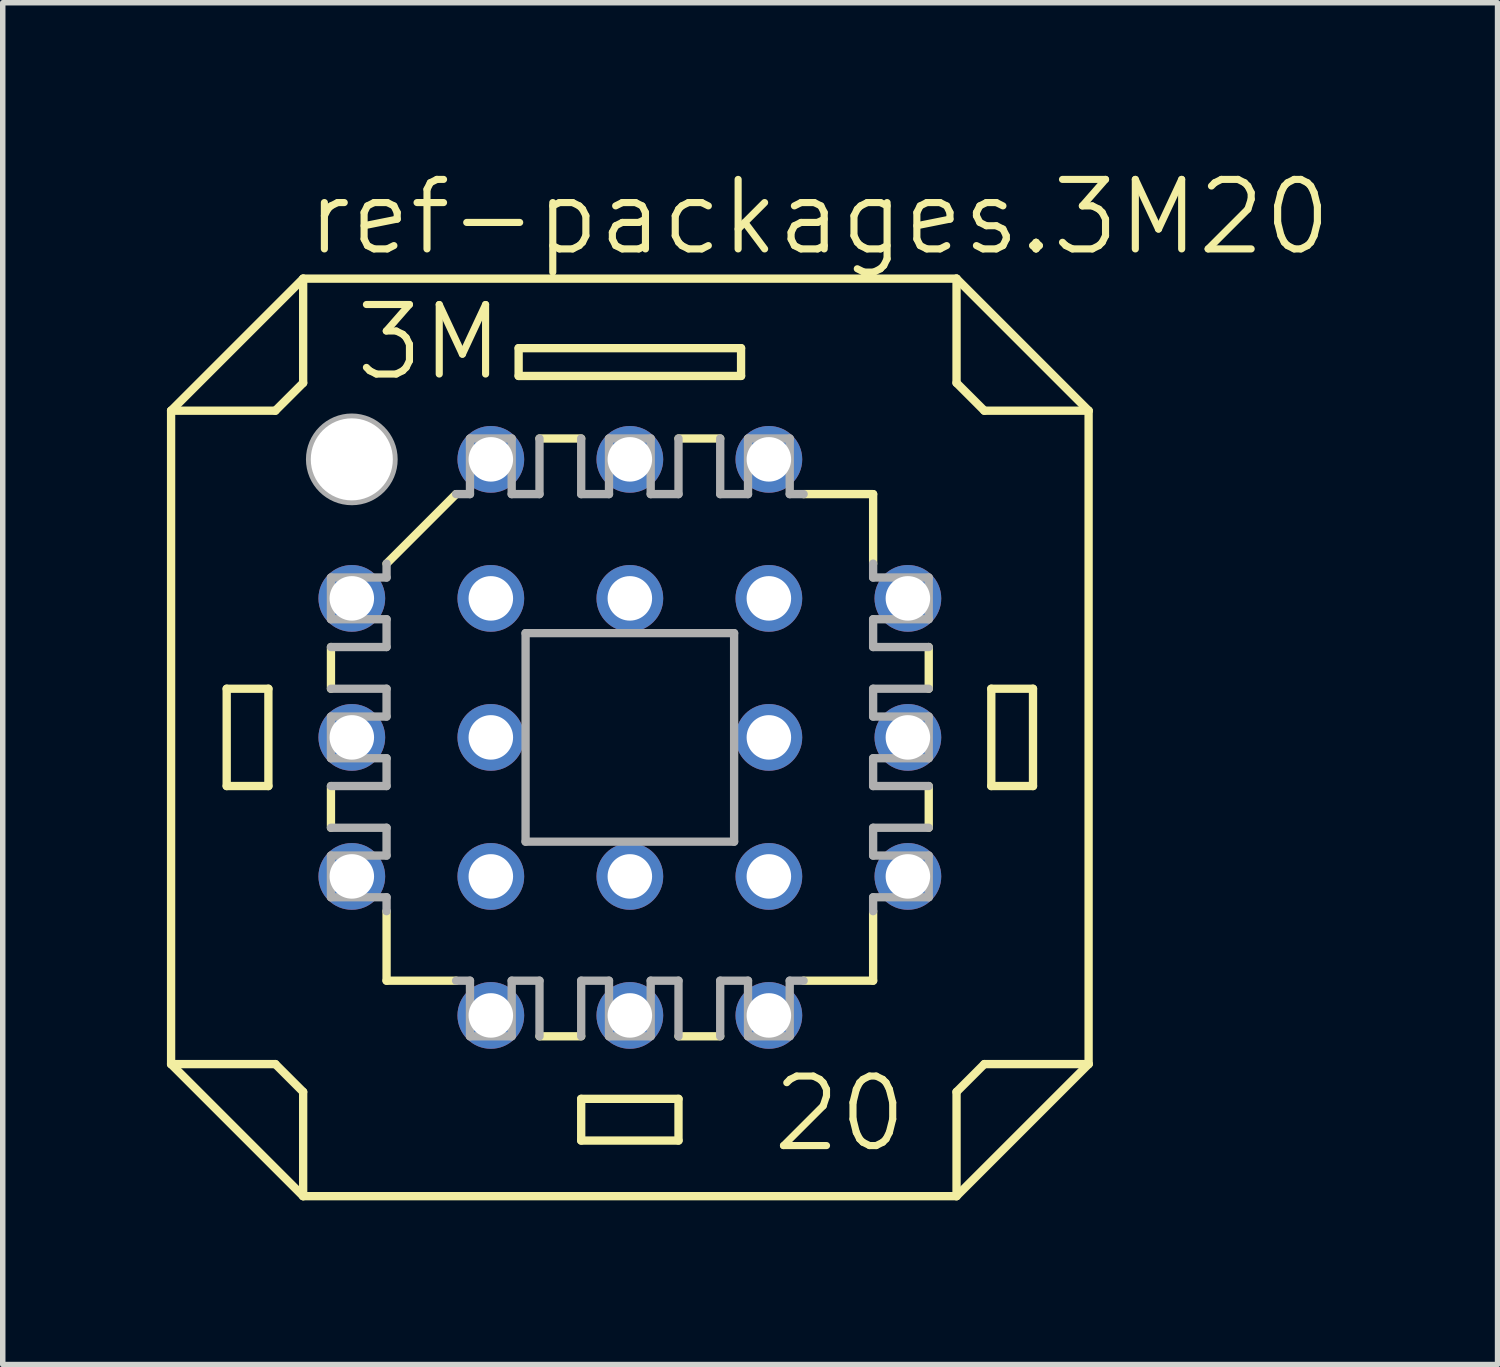
<source format=kicad_pcb>
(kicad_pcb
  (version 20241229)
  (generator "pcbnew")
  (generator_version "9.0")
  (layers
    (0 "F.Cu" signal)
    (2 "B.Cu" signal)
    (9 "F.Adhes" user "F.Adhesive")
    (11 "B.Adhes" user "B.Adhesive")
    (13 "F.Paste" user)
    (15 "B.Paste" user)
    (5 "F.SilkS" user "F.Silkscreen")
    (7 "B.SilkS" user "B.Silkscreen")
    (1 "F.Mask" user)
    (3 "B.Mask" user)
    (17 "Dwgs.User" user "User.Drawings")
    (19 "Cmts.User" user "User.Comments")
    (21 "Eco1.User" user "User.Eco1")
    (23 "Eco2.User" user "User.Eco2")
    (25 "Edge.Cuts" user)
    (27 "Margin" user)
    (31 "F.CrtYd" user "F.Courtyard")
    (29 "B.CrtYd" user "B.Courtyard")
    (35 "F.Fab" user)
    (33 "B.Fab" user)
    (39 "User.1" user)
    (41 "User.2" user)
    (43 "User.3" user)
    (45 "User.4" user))
  (footprint "ref-packages.3M20"
    (layer "F.Cu")
    (at 8.458 10.423)
    (property "Reference" "ref-packages.3M20" (at -5.969 -8.763 0) (layer "F.SilkS") (effects (font (size 1.27 1.27) (thickness 0.13)) (justify left bottom)))
    (attr through_hole)
    (fp_line (start -8.382 -5.969) (end -8.382 5.969) (stroke (width 0.152) (type default)) (layer "F.SilkS"))
    (fp_line (start -8.382 -5.969) (end -5.969 -8.382) (stroke (width 0.152) (type default)) (layer "F.SilkS"))
    (fp_line (start -8.382 5.969) (end -6.477 5.969) (stroke (width 0.152) (type default)) (layer "F.SilkS"))
    (fp_line (start -7.366 -0.889) (end -6.604 -0.889) (stroke (width 0.152) (type default)) (layer "F.SilkS"))
    (fp_line (start -7.366 0.889) (end -7.366 -0.889) (stroke (width 0.152) (type default)) (layer "F.SilkS"))
    (fp_line (start -7.366 0.889) (end -6.604 0.889) (stroke (width 0.152) (type default)) (layer "F.SilkS"))
    (fp_line (start -6.604 0.889) (end -6.604 -0.889) (stroke (width 0.152) (type default)) (layer "F.SilkS"))
    (fp_line (start -6.477 -5.969) (end -8.382 -5.969) (stroke (width 0.152) (type default)) (layer "F.SilkS"))
    (fp_line (start -6.477 -5.969) (end -5.969 -6.477) (stroke (width 0.152) (type default)) (layer "F.SilkS"))
    (fp_line (start -5.969 -8.382) (end -5.969 -6.477) (stroke (width 0.152) (type default)) (layer "F.SilkS"))
    (fp_line (start -5.969 6.477) (end -6.477 5.969) (stroke (width 0.152) (type default)) (layer "F.SilkS"))
    (fp_line (start -5.969 6.477) (end -5.969 8.382) (stroke (width 0.152) (type default)) (layer "F.SilkS"))
    (fp_line (start -5.969 8.382) (end -8.382 5.969) (stroke (width 0.152) (type default)) (layer "F.SilkS"))
    (fp_line (start -5.461 -0.889) (end -5.461 -1.651) (stroke (width 0.152) (type default)) (layer "F.SilkS"))
    (fp_line (start -5.461 1.651) (end -5.461 0.889) (stroke (width 0.152) (type default)) (layer "F.SilkS"))
    (fp_line (start -4.445 -3.175) (end -3.175 -4.445) (stroke (width 0.152) (type default)) (layer "F.SilkS"))
    (fp_line (start -4.445 4.445) (end -4.445 3.175) (stroke (width 0.152) (type default)) (layer "F.SilkS"))
    (fp_line (start -4.445 4.445) (end -3.175 4.445) (stroke (width 0.152) (type default)) (layer "F.SilkS"))
    (fp_line (start -2.032 -7.112) (end -2.032 -6.604) (stroke (width 0.152) (type default)) (layer "F.SilkS"))
    (fp_line (start -1.651 5.461) (end -0.889 5.461) (stroke (width 0.152) (type default)) (layer "F.SilkS"))
    (fp_line (start -0.889 -5.461) (end -1.651 -5.461) (stroke (width 0.152) (type default)) (layer "F.SilkS"))
    (fp_line (start -0.889 7.366) (end -0.889 6.604) (stroke (width 0.152) (type default)) (layer "F.SilkS"))
    (fp_line (start -0.889 7.366) (end 0.889 7.366) (stroke (width 0.152) (type default)) (layer "F.SilkS"))
    (fp_line (start 0.889 5.461) (end 1.651 5.461) (stroke (width 0.152) (type default)) (layer "F.SilkS"))
    (fp_line (start 0.889 6.604) (end -0.889 6.604) (stroke (width 0.152) (type default)) (layer "F.SilkS"))
    (fp_line (start 0.889 6.604) (end 0.889 7.366) (stroke (width 0.152) (type default)) (layer "F.SilkS"))
    (fp_line (start 1.651 -5.461) (end 0.889 -5.461) (stroke (width 0.152) (type default)) (layer "F.SilkS"))
    (fp_line (start 2.032 -7.112) (end -2.032 -7.112) (stroke (width 0.152) (type default)) (layer "F.SilkS"))
    (fp_line (start 2.032 -6.604) (end -2.032 -6.604) (stroke (width 0.152) (type default)) (layer "F.SilkS"))
    (fp_line (start 2.032 -6.604) (end 2.032 -7.112) (stroke (width 0.152) (type default)) (layer "F.SilkS"))
    (fp_line (start 3.175 4.445) (end 4.445 4.445) (stroke (width 0.152) (type default)) (layer "F.SilkS"))
    (fp_line (start 4.445 -4.445) (end 3.175 -4.445) (stroke (width 0.152) (type default)) (layer "F.SilkS"))
    (fp_line (start 4.445 -4.445) (end 4.445 -3.175) (stroke (width 0.152) (type default)) (layer "F.SilkS"))
    (fp_line (start 4.445 4.445) (end 4.445 3.175) (stroke (width 0.152) (type default)) (layer "F.SilkS"))
    (fp_line (start 5.461 -1.651) (end 5.461 -0.889) (stroke (width 0.152) (type default)) (layer "F.SilkS"))
    (fp_line (start 5.461 0.889) (end 5.461 1.651) (stroke (width 0.152) (type default)) (layer "F.SilkS"))
    (fp_line (start 5.969 -8.382) (end -5.969 -8.382) (stroke (width 0.152) (type default)) (layer "F.SilkS"))
    (fp_line (start 5.969 -8.382) (end 8.382 -5.969) (stroke (width 0.152) (type default)) (layer "F.SilkS"))
    (fp_line (start 5.969 -6.477) (end 5.969 -8.382) (stroke (width 0.152) (type default)) (layer "F.SilkS"))
    (fp_line (start 5.969 -6.477) (end 6.477 -5.969) (stroke (width 0.152) (type default)) (layer "F.SilkS"))
    (fp_line (start 5.969 8.382) (end -5.969 8.382) (stroke (width 0.152) (type default)) (layer "F.SilkS"))
    (fp_line (start 5.969 8.382) (end 5.969 6.477) (stroke (width 0.152) (type default)) (layer "F.SilkS"))
    (fp_line (start 6.477 5.969) (end 5.969 6.477) (stroke (width 0.152) (type default)) (layer "F.SilkS"))
    (fp_line (start 6.477 5.969) (end 8.382 5.969) (stroke (width 0.152) (type default)) (layer "F.SilkS"))
    (fp_line (start 6.604 -0.889) (end 6.604 0.889) (stroke (width 0.152) (type default)) (layer "F.SilkS"))
    (fp_line (start 6.604 -0.889) (end 7.366 -0.889) (stroke (width 0.152) (type default)) (layer "F.SilkS"))
    (fp_line (start 7.366 0.889) (end 6.604 0.889) (stroke (width 0.152) (type default)) (layer "F.SilkS"))
    (fp_line (start 7.366 0.889) (end 7.366 -0.889) (stroke (width 0.152) (type default)) (layer "F.SilkS"))
    (fp_line (start 8.382 -5.969) (end 6.477 -5.969) (stroke (width 0.152) (type default)) (layer "F.SilkS"))
    (fp_line (start 8.382 -5.969) (end 8.382 5.969) (stroke (width 0.152) (type default)) (layer "F.SilkS"))
    (fp_line (start 8.382 5.969) (end 5.969 8.382) (stroke (width 0.152) (type default)) (layer "F.SilkS"))
    (fp_line (start -5.461 -2.921) (end -5.461 -2.159) (stroke (width 0.152) (type default)) (layer "F.Fab"))
    (fp_line (start -5.461 -2.921) (end -4.445 -2.921) (stroke (width 0.152) (type default)) (layer "F.Fab"))
    (fp_line (start -5.461 -0.889) (end -4.445 -0.889) (stroke (width 0.152) (type default)) (layer "F.Fab"))
    (fp_line (start -5.461 0.381) (end -5.461 -0.381) (stroke (width 0.152) (type default)) (layer "F.Fab"))
    (fp_line (start -5.461 0.381) (end -4.445 0.381) (stroke (width 0.152) (type default)) (layer "F.Fab"))
    (fp_line (start -5.461 1.651) (end -4.445 1.651) (stroke (width 0.152) (type default)) (layer "F.Fab"))
    (fp_line (start -5.461 2.921) (end -5.461 2.159) (stroke (width 0.152) (type default)) (layer "F.Fab"))
    (fp_line (start -5.461 2.921) (end -4.445 2.921) (stroke (width 0.152) (type default)) (layer "F.Fab"))
    (fp_line (start -4.445 -2.921) (end -4.445 -3.175) (stroke (width 0.152) (type default)) (layer "F.Fab"))
    (fp_line (start -4.445 -2.159) (end -5.461 -2.159) (stroke (width 0.152) (type default)) (layer "F.Fab"))
    (fp_line (start -4.445 -2.159) (end -4.445 -1.651) (stroke (width 0.152) (type default)) (layer "F.Fab"))
    (fp_line (start -4.445 -1.651) (end -5.461 -1.651) (stroke (width 0.152) (type default)) (layer "F.Fab"))
    (fp_line (start -4.445 -0.381) (end -5.461 -0.381) (stroke (width 0.152) (type default)) (layer "F.Fab"))
    (fp_line (start -4.445 -0.381) (end -4.445 -0.889) (stroke (width 0.152) (type default)) (layer "F.Fab"))
    (fp_line (start -4.445 0.889) (end -5.461 0.889) (stroke (width 0.152) (type default)) (layer "F.Fab"))
    (fp_line (start -4.445 0.889) (end -4.445 0.381) (stroke (width 0.152) (type default)) (layer "F.Fab"))
    (fp_line (start -4.445 2.159) (end -5.461 2.159) (stroke (width 0.152) (type default)) (layer "F.Fab"))
    (fp_line (start -4.445 2.159) (end -4.445 1.651) (stroke (width 0.152) (type default)) (layer "F.Fab"))
    (fp_line (start -4.445 2.921) (end -4.445 3.175) (stroke (width 0.152) (type default)) (layer "F.Fab"))
    (fp_line (start -3.175 -4.445) (end -2.921 -4.445) (stroke (width 0.152) (type default)) (layer "F.Fab"))
    (fp_line (start -2.921 -4.445) (end -2.921 -5.461) (stroke (width 0.152) (type default)) (layer "F.Fab"))
    (fp_line (start -2.921 4.445) (end -3.175 4.445) (stroke (width 0.152) (type default)) (layer "F.Fab"))
    (fp_line (start -2.921 5.461) (end -2.921 4.445) (stroke (width 0.152) (type default)) (layer "F.Fab"))
    (fp_line (start -2.921 5.461) (end -2.159 5.461) (stroke (width 0.152) (type default)) (layer "F.Fab"))
    (fp_line (start -2.159 -5.461) (end -2.921 -5.461) (stroke (width 0.152) (type default)) (layer "F.Fab"))
    (fp_line (start -2.159 -5.461) (end -2.159 -4.445) (stroke (width 0.152) (type default)) (layer "F.Fab"))
    (fp_line (start -2.159 4.445) (end -2.159 5.461) (stroke (width 0.152) (type default)) (layer "F.Fab"))
    (fp_line (start -1.905 -1.905) (end -1.905 1.905) (stroke (width 0.152) (type default)) (layer "F.Fab"))
    (fp_line (start -1.905 -1.905) (end 1.905 -1.905) (stroke (width 0.152) (type default)) (layer "F.Fab"))
    (fp_line (start -1.651 -4.445) (end -2.159 -4.445) (stroke (width 0.152) (type default)) (layer "F.Fab"))
    (fp_line (start -1.651 -4.445) (end -1.651 -5.461) (stroke (width 0.152) (type default)) (layer "F.Fab"))
    (fp_line (start -1.651 4.445) (end -2.159 4.445) (stroke (width 0.152) (type default)) (layer "F.Fab"))
    (fp_line (start -1.651 5.461) (end -1.651 4.445) (stroke (width 0.152) (type default)) (layer "F.Fab"))
    (fp_line (start -0.889 -5.461) (end -0.889 -4.445) (stroke (width 0.152) (type default)) (layer "F.Fab"))
    (fp_line (start -0.889 4.445) (end -0.889 5.461) (stroke (width 0.152) (type default)) (layer "F.Fab"))
    (fp_line (start -0.381 -4.445) (end -0.889 -4.445) (stroke (width 0.152) (type default)) (layer "F.Fab"))
    (fp_line (start -0.381 -4.445) (end -0.381 -5.461) (stroke (width 0.152) (type default)) (layer "F.Fab"))
    (fp_line (start -0.381 4.445) (end -0.889 4.445) (stroke (width 0.152) (type default)) (layer "F.Fab"))
    (fp_line (start -0.381 5.461) (end -0.381 4.445) (stroke (width 0.152) (type default)) (layer "F.Fab"))
    (fp_line (start -0.381 5.461) (end 0.381 5.461) (stroke (width 0.152) (type default)) (layer "F.Fab"))
    (fp_line (start 0.381 -5.461) (end -0.381 -5.461) (stroke (width 0.152) (type default)) (layer "F.Fab"))
    (fp_line (start 0.381 -5.461) (end 0.381 -4.445) (stroke (width 0.152) (type default)) (layer "F.Fab"))
    (fp_line (start 0.381 4.445) (end 0.381 5.461) (stroke (width 0.152) (type default)) (layer "F.Fab"))
    (fp_line (start 0.889 -4.445) (end 0.381 -4.445) (stroke (width 0.152) (type default)) (layer "F.Fab"))
    (fp_line (start 0.889 -4.445) (end 0.889 -5.461) (stroke (width 0.152) (type default)) (layer "F.Fab"))
    (fp_line (start 0.889 4.445) (end 0.381 4.445) (stroke (width 0.152) (type default)) (layer "F.Fab"))
    (fp_line (start 0.889 5.461) (end 0.889 4.445) (stroke (width 0.152) (type default)) (layer "F.Fab"))
    (fp_line (start 1.651 -5.461) (end 1.651 -4.445) (stroke (width 0.152) (type default)) (layer "F.Fab"))
    (fp_line (start 1.651 4.445) (end 1.651 5.461) (stroke (width 0.152) (type default)) (layer "F.Fab"))
    (fp_line (start 1.905 1.905) (end -1.905 1.905) (stroke (width 0.152) (type default)) (layer "F.Fab"))
    (fp_line (start 1.905 1.905) (end 1.905 -1.905) (stroke (width 0.152) (type default)) (layer "F.Fab"))
    (fp_line (start 2.159 -4.445) (end 1.651 -4.445) (stroke (width 0.152) (type default)) (layer "F.Fab"))
    (fp_line (start 2.159 -4.445) (end 2.159 -5.461) (stroke (width 0.152) (type default)) (layer "F.Fab"))
    (fp_line (start 2.159 4.445) (end 1.651 4.445) (stroke (width 0.152) (type default)) (layer "F.Fab"))
    (fp_line (start 2.159 5.461) (end 2.159 4.445) (stroke (width 0.152) (type default)) (layer "F.Fab"))
    (fp_line (start 2.159 5.461) (end 2.921 5.461) (stroke (width 0.152) (type default)) (layer "F.Fab"))
    (fp_line (start 2.921 -5.461) (end 2.159 -5.461) (stroke (width 0.152) (type default)) (layer "F.Fab"))
    (fp_line (start 2.921 -5.461) (end 2.921 -4.445) (stroke (width 0.152) (type default)) (layer "F.Fab"))
    (fp_line (start 2.921 -4.445) (end 3.175 -4.445) (stroke (width 0.152) (type default)) (layer "F.Fab"))
    (fp_line (start 2.921 4.445) (end 2.921 5.461) (stroke (width 0.152) (type default)) (layer "F.Fab"))
    (fp_line (start 3.175 4.445) (end 2.921 4.445) (stroke (width 0.152) (type default)) (layer "F.Fab"))
    (fp_line (start 4.445 -2.921) (end 4.445 -3.175) (stroke (width 0.152) (type default)) (layer "F.Fab"))
    (fp_line (start 4.445 -2.159) (end 5.461 -2.159) (stroke (width 0.152) (type default)) (layer "F.Fab"))
    (fp_line (start 4.445 -1.651) (end 4.445 -2.159) (stroke (width 0.152) (type default)) (layer "F.Fab"))
    (fp_line (start 4.445 -0.889) (end 5.461 -0.889) (stroke (width 0.152) (type default)) (layer "F.Fab"))
    (fp_line (start 4.445 -0.381) (end 4.445 -0.889) (stroke (width 0.152) (type default)) (layer "F.Fab"))
    (fp_line (start 4.445 0.381) (end 5.461 0.381) (stroke (width 0.152) (type default)) (layer "F.Fab"))
    (fp_line (start 4.445 0.889) (end 4.445 0.381) (stroke (width 0.152) (type default)) (layer "F.Fab"))
    (fp_line (start 4.445 1.651) (end 4.445 2.159) (stroke (width 0.152) (type default)) (layer "F.Fab"))
    (fp_line (start 4.445 1.651) (end 5.461 1.651) (stroke (width 0.152) (type default)) (layer "F.Fab"))
    (fp_line (start 4.445 2.159) (end 5.461 2.159) (stroke (width 0.152) (type default)) (layer "F.Fab"))
    (fp_line (start 4.445 2.921) (end 4.445 3.175) (stroke (width 0.152) (type default)) (layer "F.Fab"))
    (fp_line (start 5.461 -2.921) (end 4.445 -2.921) (stroke (width 0.152) (type default)) (layer "F.Fab"))
    (fp_line (start 5.461 -2.921) (end 5.461 -2.159) (stroke (width 0.152) (type default)) (layer "F.Fab"))
    (fp_line (start 5.461 -1.651) (end 4.445 -1.651) (stroke (width 0.152) (type default)) (layer "F.Fab"))
    (fp_line (start 5.461 -0.381) (end 4.445 -0.381) (stroke (width 0.152) (type default)) (layer "F.Fab"))
    (fp_line (start 5.461 -0.381) (end 5.461 0.381) (stroke (width 0.152) (type default)) (layer "F.Fab"))
    (fp_line (start 5.461 0.889) (end 4.445 0.889) (stroke (width 0.152) (type default)) (layer "F.Fab"))
    (fp_line (start 5.461 2.921) (end 4.445 2.921) (stroke (width 0.152) (type default)) (layer "F.Fab"))
    (fp_line (start 5.461 2.921) (end 5.461 2.159) (stroke (width 0.152) (type default)) (layer "F.Fab"))
    (fp_circle (center -5.08 -5.08) (end -4.318 -5.08) (stroke (width 0.152) (type default)) (fill no) (layer "F.Fab"))
    (fp_text user "3M" (at -5.08 -6.477 0) (layer "F.SilkS") (effects (font (size 1.27 1.27) (thickness 0.13)) (justify left bottom)))
    (fp_text user "20" (at 2.54 7.62 0) (layer "F.SilkS") (effects (font (size 1.27 1.27) (thickness 0.13)) (justify left bottom)))
    (pad "" np_thru_hole circle (at -5.08 -5.08) (size 1.499 1.499) (drill 1.499) (layers "*.Cu" "*.Mask"))
    (pad "1" thru_hole circle (at 0 -5.08) (size 1.219 1.219) (drill 0.813) (layers "*.Cu" "*.Mask"))
    (pad "2" thru_hole circle (at 0 -2.54) (size 1.219 1.219) (drill 0.813) (layers "*.Cu" "*.Mask"))
    (pad "3" thru_hole circle (at -2.54 -5.08) (size 1.219 1.219) (drill 0.813) (layers "*.Cu" "*.Mask"))
    (pad "4" thru_hole circle (at -5.08 -2.54) (size 1.219 1.219) (drill 0.813) (layers "*.Cu" "*.Mask"))
    (pad "5" thru_hole circle (at -2.54 -2.54) (size 1.219 1.219) (drill 0.813) (layers "*.Cu" "*.Mask"))
    (pad "6" thru_hole circle (at -5.08 0) (size 1.219 1.219) (drill 0.813) (layers "*.Cu" "*.Mask"))
    (pad "7" thru_hole circle (at -2.54 0) (size 1.219 1.219) (drill 0.813) (layers "*.Cu" "*.Mask"))
    (pad "8" thru_hole circle (at -5.08 2.54) (size 1.219 1.219) (drill 0.813) (layers "*.Cu" "*.Mask"))
    (pad "9" thru_hole circle (at -2.54 5.08) (size 1.219 1.219) (drill 0.813) (layers "*.Cu" "*.Mask"))
    (pad "10" thru_hole circle (at -2.54 2.54) (size 1.219 1.219) (drill 0.813) (layers "*.Cu" "*.Mask"))
    (pad "11" thru_hole circle (at 0 5.08) (size 1.219 1.219) (drill 0.813) (layers "*.Cu" "*.Mask"))
    (pad "12" thru_hole circle (at 0 2.54) (size 1.219 1.219) (drill 0.813) (layers "*.Cu" "*.Mask"))
    (pad "13" thru_hole circle (at 2.54 5.08) (size 1.219 1.219) (drill 0.813) (layers "*.Cu" "*.Mask"))
    (pad "14" thru_hole circle (at 5.08 2.54) (size 1.219 1.219) (drill 0.813) (layers "*.Cu" "*.Mask"))
    (pad "15" thru_hole circle (at 2.54 2.54) (size 1.219 1.219) (drill 0.813) (layers "*.Cu" "*.Mask"))
    (pad "16" thru_hole circle (at 5.08 0) (size 1.219 1.219) (drill 0.813) (layers "*.Cu" "*.Mask"))
    (pad "17" thru_hole circle (at 2.54 0) (size 1.219 1.219) (drill 0.813) (layers "*.Cu" "*.Mask"))
    (pad "18" thru_hole circle (at 5.08 -2.54) (size 1.219 1.219) (drill 0.813) (layers "*.Cu" "*.Mask"))
    (pad "19" thru_hole circle (at 2.54 -5.08) (size 1.219 1.219) (drill 0.813) (layers "*.Cu" "*.Mask"))
    (pad "20" thru_hole circle (at 2.54 -2.54) (size 1.219 1.219) (drill 0.813) (layers "*.Cu" "*.Mask")))
  (gr_rect
    (start -3 -3)
    (end 24.312 21.881)
    (stroke (width 0.1) (type default))
    (fill no)
    (layer "Edge.Cuts")))
</source>
